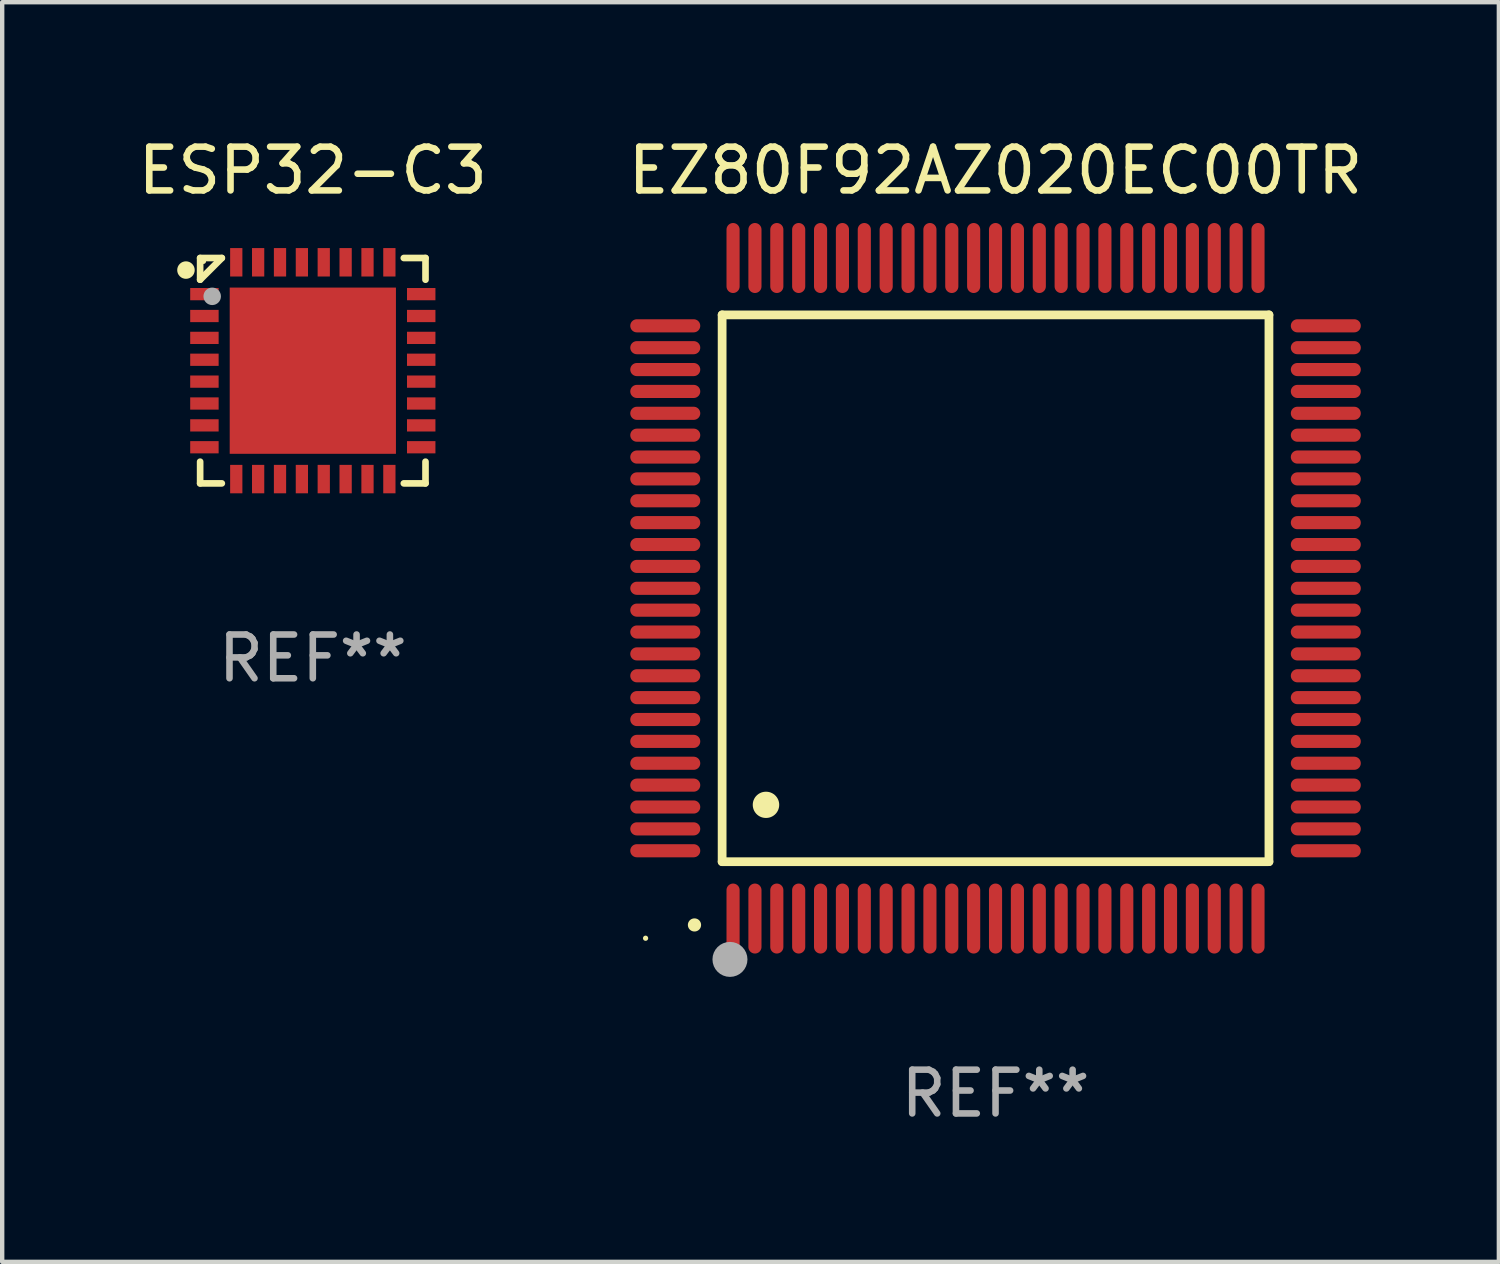
<source format=kicad_pcb>
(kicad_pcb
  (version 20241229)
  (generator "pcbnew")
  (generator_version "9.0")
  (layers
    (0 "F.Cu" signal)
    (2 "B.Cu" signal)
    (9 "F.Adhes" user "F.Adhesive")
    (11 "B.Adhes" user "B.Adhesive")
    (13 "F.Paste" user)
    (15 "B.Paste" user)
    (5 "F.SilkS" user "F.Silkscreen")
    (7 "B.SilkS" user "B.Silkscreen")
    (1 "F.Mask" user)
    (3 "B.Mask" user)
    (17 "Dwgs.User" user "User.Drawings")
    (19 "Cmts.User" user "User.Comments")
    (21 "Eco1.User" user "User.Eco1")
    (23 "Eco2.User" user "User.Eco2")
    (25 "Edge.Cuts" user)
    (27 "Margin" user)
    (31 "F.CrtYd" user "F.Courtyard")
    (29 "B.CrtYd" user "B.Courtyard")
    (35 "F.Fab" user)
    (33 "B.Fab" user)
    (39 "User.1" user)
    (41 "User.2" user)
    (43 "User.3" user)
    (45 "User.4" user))
  (footprint "EZ80F92AZ020EC00TR"
    (layer "F.Cu")
    (at 19.708 10.398)
    (property "Reference" "EZ80F92AZ020EC00TR" (at 0 -9.55 0) (layer "F.SilkS") (effects (font (size 1 1) (thickness 0.15))))
    (attr through_hole)
    (fp_line (start -6.25 -6.25) (end -6.25 6.25) (stroke (width 0.2) (type solid)) (layer "F.SilkS"))
    (fp_line (start -6.25 6.25) (end 6.25 6.25) (stroke (width 0.2) (type solid)) (layer "F.SilkS"))
    (fp_line (start 6.25 -6.25) (end -6.25 -6.25) (stroke (width 0.2) (type solid)) (layer "F.SilkS"))
    (fp_line (start 6.25 6.25) (end 6.25 -6.25) (stroke (width 0.2) (type solid)) (layer "F.SilkS"))
    (fp_arc (start -6.883414 7.696215) (mid -6.882144 7.69621) (end -6.880874 7.696215) (stroke (width 0.3) (type solid)) (layer "F.SilkS"))
    (fp_arc (start -5.250191 4.95047) (mid -5.247651 4.950459) (end -5.245111 4.95047) (stroke (width 0.6) (type solid)) (layer "F.SilkS"))
    (fp_circle (center -8 8) (end -7.97 8) (stroke (width 0.06) (type solid)) (fill no) (layer "F.SilkS"))
    (fp_circle (center -6.071 8.484) (end -5.871 8.484) (stroke (width 0.4) (type solid)) (fill no) (layer "F.Fab"))
    (fp_text user "REF**" (at 0 11.55 0) (layer "F.Fab") (effects (font (size 1 1) (thickness 0.15))))
    (pad "1" smd oval (at -6 7.55) (size 0.3 1.6) (layers "F.Cu" "F.Mask" "F.Paste"))
    (pad "2" smd oval (at -5.5 7.55) (size 0.3 1.6) (layers "F.Cu" "F.Mask" "F.Paste"))
    (pad "3" smd oval (at -5 7.55) (size 0.3 1.6) (layers "F.Cu" "F.Mask" "F.Paste"))
    (pad "4" smd oval (at -4.5 7.55) (size 0.3 1.6) (layers "F.Cu" "F.Mask" "F.Paste"))
    (pad "5" smd oval (at -4 7.55) (size 0.3 1.6) (layers "F.Cu" "F.Mask" "F.Paste"))
    (pad "6" smd oval (at -3.5 7.55) (size 0.3 1.6) (layers "F.Cu" "F.Mask" "F.Paste"))
    (pad "7" smd oval (at -3 7.55) (size 0.3 1.6) (layers "F.Cu" "F.Mask" "F.Paste"))
    (pad "8" smd oval (at -2.5 7.55) (size 0.3 1.6) (layers "F.Cu" "F.Mask" "F.Paste"))
    (pad "9" smd oval (at -2 7.55) (size 0.3 1.6) (layers "F.Cu" "F.Mask" "F.Paste"))
    (pad "10" smd oval (at -1.5 7.55) (size 0.3 1.6) (layers "F.Cu" "F.Mask" "F.Paste"))
    (pad "11" smd oval (at -1 7.55) (size 0.3 1.6) (layers "F.Cu" "F.Mask" "F.Paste"))
    (pad "12" smd oval (at -0.5 7.55) (size 0.3 1.6) (layers "F.Cu" "F.Mask" "F.Paste"))
    (pad "13" smd oval (at 0 7.55) (size 0.3 1.6) (layers "F.Cu" "F.Mask" "F.Paste"))
    (pad "14" smd oval (at 0.5 7.55) (size 0.3 1.6) (layers "F.Cu" "F.Mask" "F.Paste"))
    (pad "15" smd oval (at 1 7.55) (size 0.3 1.6) (layers "F.Cu" "F.Mask" "F.Paste"))
    (pad "16" smd oval (at 1.5 7.55) (size 0.3 1.6) (layers "F.Cu" "F.Mask" "F.Paste"))
    (pad "17" smd oval (at 2 7.55) (size 0.3 1.6) (layers "F.Cu" "F.Mask" "F.Paste"))
    (pad "18" smd oval (at 2.5 7.55) (size 0.3 1.6) (layers "F.Cu" "F.Mask" "F.Paste"))
    (pad "19" smd oval (at 3 7.55) (size 0.3 1.6) (layers "F.Cu" "F.Mask" "F.Paste"))
    (pad "20" smd oval (at 3.5 7.55) (size 0.3 1.6) (layers "F.Cu" "F.Mask" "F.Paste"))
    (pad "21" smd oval (at 4 7.55) (size 0.3 1.6) (layers "F.Cu" "F.Mask" "F.Paste"))
    (pad "22" smd oval (at 4.5 7.55) (size 0.3 1.6) (layers "F.Cu" "F.Mask" "F.Paste"))
    (pad "23" smd oval (at 5 7.55) (size 0.3 1.6) (layers "F.Cu" "F.Mask" "F.Paste"))
    (pad "24" smd oval (at 5.5 7.55) (size 0.3 1.6) (layers "F.Cu" "F.Mask" "F.Paste"))
    (pad "25" smd oval (at 6 7.55) (size 0.3 1.6) (layers "F.Cu" "F.Mask" "F.Paste"))
    (pad "26" smd oval (at 7.55 6) (size 1.6 0.3) (layers "F.Cu" "F.Mask" "F.Paste"))
    (pad "27" smd oval (at 7.55 5.5) (size 1.6 0.3) (layers "F.Cu" "F.Mask" "F.Paste"))
    (pad "28" smd oval (at 7.55 5) (size 1.6 0.3) (layers "F.Cu" "F.Mask" "F.Paste"))
    (pad "29" smd oval (at 7.55 4.5) (size 1.6 0.3) (layers "F.Cu" "F.Mask" "F.Paste"))
    (pad "30" smd oval (at 7.55 4) (size 1.6 0.3) (layers "F.Cu" "F.Mask" "F.Paste"))
    (pad "31" smd oval (at 7.55 3.5) (size 1.6 0.3) (layers "F.Cu" "F.Mask" "F.Paste"))
    (pad "32" smd oval (at 7.55 3) (size 1.6 0.3) (layers "F.Cu" "F.Mask" "F.Paste"))
    (pad "33" smd oval (at 7.55 2.5) (size 1.6 0.3) (layers "F.Cu" "F.Mask" "F.Paste"))
    (pad "34" smd oval (at 7.55 2) (size 1.6 0.3) (layers "F.Cu" "F.Mask" "F.Paste"))
    (pad "35" smd oval (at 7.55 1.5) (size 1.6 0.3) (layers "F.Cu" "F.Mask" "F.Paste"))
    (pad "36" smd oval (at 7.55 1) (size 1.6 0.3) (layers "F.Cu" "F.Mask" "F.Paste"))
    (pad "37" smd oval (at 7.55 0.5) (size 1.6 0.3) (layers "F.Cu" "F.Mask" "F.Paste"))
    (pad "38" smd oval (at 7.55 0) (size 1.6 0.3) (layers "F.Cu" "F.Mask" "F.Paste"))
    (pad "39" smd oval (at 7.55 -0.5) (size 1.6 0.3) (layers "F.Cu" "F.Mask" "F.Paste"))
    (pad "40" smd oval (at 7.55 -1) (size 1.6 0.3) (layers "F.Cu" "F.Mask" "F.Paste"))
    (pad "41" smd oval (at 7.55 -1.5) (size 1.6 0.3) (layers "F.Cu" "F.Mask" "F.Paste"))
    (pad "42" smd oval (at 7.55 -2) (size 1.6 0.3) (layers "F.Cu" "F.Mask" "F.Paste"))
    (pad "43" smd oval (at 7.55 -2.5) (size 1.6 0.3) (layers "F.Cu" "F.Mask" "F.Paste"))
    (pad "44" smd oval (at 7.55 -3) (size 1.6 0.3) (layers "F.Cu" "F.Mask" "F.Paste"))
    (pad "45" smd oval (at 7.55 -3.5) (size 1.6 0.3) (layers "F.Cu" "F.Mask" "F.Paste"))
    (pad "46" smd oval (at 7.55 -4) (size 1.6 0.3) (layers "F.Cu" "F.Mask" "F.Paste"))
    (pad "47" smd oval (at 7.55 -4.5) (size 1.6 0.3) (layers "F.Cu" "F.Mask" "F.Paste"))
    (pad "48" smd oval (at 7.55 -5) (size 1.6 0.3) (layers "F.Cu" "F.Mask" "F.Paste"))
    (pad "49" smd oval (at 7.55 -5.5) (size 1.6 0.3) (layers "F.Cu" "F.Mask" "F.Paste"))
    (pad "50" smd oval (at 7.55 -6) (size 1.6 0.3) (layers "F.Cu" "F.Mask" "F.Paste"))
    (pad "51" smd oval (at 6 -7.55) (size 0.3 1.6) (layers "F.Cu" "F.Mask" "F.Paste"))
    (pad "52" smd oval (at 5.5 -7.55) (size 0.3 1.6) (layers "F.Cu" "F.Mask" "F.Paste"))
    (pad "53" smd oval (at 5 -7.55) (size 0.3 1.6) (layers "F.Cu" "F.Mask" "F.Paste"))
    (pad "54" smd oval (at 4.5 -7.55) (size 0.3 1.6) (layers "F.Cu" "F.Mask" "F.Paste"))
    (pad "55" smd oval (at 4 -7.55) (size 0.3 1.6) (layers "F.Cu" "F.Mask" "F.Paste"))
    (pad "56" smd oval (at 3.5 -7.55) (size 0.3 1.6) (layers "F.Cu" "F.Mask" "F.Paste"))
    (pad "57" smd oval (at 3 -7.55) (size 0.3 1.6) (layers "F.Cu" "F.Mask" "F.Paste"))
    (pad "58" smd oval (at 2.5 -7.55) (size 0.3 1.6) (layers "F.Cu" "F.Mask" "F.Paste"))
    (pad "59" smd oval (at 2 -7.55) (size 0.3 1.6) (layers "F.Cu" "F.Mask" "F.Paste"))
    (pad "60" smd oval (at 1.5 -7.55) (size 0.3 1.6) (layers "F.Cu" "F.Mask" "F.Paste"))
    (pad "61" smd oval (at 1 -7.55) (size 0.3 1.6) (layers "F.Cu" "F.Mask" "F.Paste"))
    (pad "62" smd oval (at 0.5 -7.55) (size 0.3 1.6) (layers "F.Cu" "F.Mask" "F.Paste"))
    (pad "63" smd oval (at 0 -7.55) (size 0.3 1.6) (layers "F.Cu" "F.Mask" "F.Paste"))
    (pad "64" smd oval (at -0.5 -7.55) (size 0.3 1.6) (layers "F.Cu" "F.Mask" "F.Paste"))
    (pad "65" smd oval (at -1 -7.55) (size 0.3 1.6) (layers "F.Cu" "F.Mask" "F.Paste"))
    (pad "66" smd oval (at -1.5 -7.55) (size 0.3 1.6) (layers "F.Cu" "F.Mask" "F.Paste"))
    (pad "67" smd oval (at -2 -7.55) (size 0.3 1.6) (layers "F.Cu" "F.Mask" "F.Paste"))
    (pad "68" smd oval (at -2.5 -7.55) (size 0.3 1.6) (layers "F.Cu" "F.Mask" "F.Paste"))
    (pad "69" smd oval (at -3 -7.55) (size 0.3 1.6) (layers "F.Cu" "F.Mask" "F.Paste"))
    (pad "70" smd oval (at -3.5 -7.55) (size 0.3 1.6) (layers "F.Cu" "F.Mask" "F.Paste"))
    (pad "71" smd oval (at -4 -7.55) (size 0.3 1.6) (layers "F.Cu" "F.Mask" "F.Paste"))
    (pad "72" smd oval (at -4.5 -7.55) (size 0.3 1.6) (layers "F.Cu" "F.Mask" "F.Paste"))
    (pad "73" smd oval (at -5 -7.55) (size 0.3 1.6) (layers "F.Cu" "F.Mask" "F.Paste"))
    (pad "74" smd oval (at -5.5 -7.55) (size 0.3 1.6) (layers "F.Cu" "F.Mask" "F.Paste"))
    (pad "75" smd oval (at -6 -7.55) (size 0.3 1.6) (layers "F.Cu" "F.Mask" "F.Paste"))
    (pad "76" smd oval (at -7.55 -6) (size 1.6 0.3) (layers "F.Cu" "F.Mask" "F.Paste"))
    (pad "77" smd oval (at -7.55 -5.5) (size 1.6 0.3) (layers "F.Cu" "F.Mask" "F.Paste"))
    (pad "78" smd oval (at -7.55 -5) (size 1.6 0.3) (layers "F.Cu" "F.Mask" "F.Paste"))
    (pad "79" smd oval (at -7.55 -4.5) (size 1.6 0.3) (layers "F.Cu" "F.Mask" "F.Paste"))
    (pad "80" smd oval (at -7.55 -4) (size 1.6 0.3) (layers "F.Cu" "F.Mask" "F.Paste"))
    (pad "81" smd oval (at -7.55 -3.5) (size 1.6 0.3) (layers "F.Cu" "F.Mask" "F.Paste"))
    (pad "82" smd oval (at -7.55 -3) (size 1.6 0.3) (layers "F.Cu" "F.Mask" "F.Paste"))
    (pad "83" smd oval (at -7.55 -2.5) (size 1.6 0.3) (layers "F.Cu" "F.Mask" "F.Paste"))
    (pad "84" smd oval (at -7.55 -2) (size 1.6 0.3) (layers "F.Cu" "F.Mask" "F.Paste"))
    (pad "85" smd oval (at -7.55 -1.5) (size 1.6 0.3) (layers "F.Cu" "F.Mask" "F.Paste"))
    (pad "86" smd oval (at -7.55 -1) (size 1.6 0.3) (layers "F.Cu" "F.Mask" "F.Paste"))
    (pad "87" smd oval (at -7.55 -0.5) (size 1.6 0.3) (layers "F.Cu" "F.Mask" "F.Paste"))
    (pad "88" smd oval (at -7.55 0) (size 1.6 0.3) (layers "F.Cu" "F.Mask" "F.Paste"))
    (pad "89" smd oval (at -7.55 0.5) (size 1.6 0.3) (layers "F.Cu" "F.Mask" "F.Paste"))
    (pad "90" smd oval (at -7.55 1) (size 1.6 0.3) (layers "F.Cu" "F.Mask" "F.Paste"))
    (pad "91" smd oval (at -7.55 1.5) (size 1.6 0.3) (layers "F.Cu" "F.Mask" "F.Paste"))
    (pad "92" smd oval (at -7.55 2) (size 1.6 0.3) (layers "F.Cu" "F.Mask" "F.Paste"))
    (pad "93" smd oval (at -7.55 2.5) (size 1.6 0.3) (layers "F.Cu" "F.Mask" "F.Paste"))
    (pad "94" smd oval (at -7.55 3) (size 1.6 0.3) (layers "F.Cu" "F.Mask" "F.Paste"))
    (pad "95" smd oval (at -7.55 3.5) (size 1.6 0.3) (layers "F.Cu" "F.Mask" "F.Paste"))
    (pad "96" smd oval (at -7.55 4) (size 1.6 0.3) (layers "F.Cu" "F.Mask" "F.Paste"))
    (pad "97" smd oval (at -7.55 4.5) (size 1.6 0.3) (layers "F.Cu" "F.Mask" "F.Paste"))
    (pad "98" smd oval (at -7.55 5) (size 1.6 0.3) (layers "F.Cu" "F.Mask" "F.Paste"))
    (pad "99" smd oval (at -7.55 5.5) (size 1.6 0.3) (layers "F.Cu" "F.Mask" "F.Paste"))
    (pad "100" smd oval (at -7.55 6) (size 1.6 0.3) (layers "F.Cu" "F.Mask" "F.Paste")))
  (footprint "ESP32-C3"
    (layer "F.Cu")
    (at 4.101 5.424)
    (property "Reference" "ESP32-C3" (at 0 -4.576 0) (layer "F.SilkS") (effects (font (size 1 1) (thickness 0.15))))
    (attr through_hole)
    (fp_line (start -2.576 -2.576) (end -2.576 -2.08) (stroke (width 0.152) (type solid)) (layer "F.SilkS"))
    (fp_line (start -2.576 2.576) (end -2.576 2.08) (stroke (width 0.152) (type solid)) (layer "F.SilkS"))
    (fp_line (start -2.08 -2.576) (end -2.576 -2.576) (stroke (width 0.152) (type solid)) (layer "F.SilkS"))
    (fp_line (start -2.08 -2.576) (end -2.576 -2.08) (stroke (width 0.152) (type solid)) (layer "F.SilkS"))
    (fp_line (start -2.08 2.576) (end -2.576 2.576) (stroke (width 0.152) (type solid)) (layer "F.SilkS"))
    (fp_line (start 2.08 -2.576) (end 2.576 -2.576) (stroke (width 0.152) (type solid)) (layer "F.SilkS"))
    (fp_line (start 2.08 2.576) (end 2.576 2.576) (stroke (width 0.152) (type solid)) (layer "F.SilkS"))
    (fp_line (start 2.576 -2.576) (end 2.576 -2.08) (stroke (width 0.152) (type solid)) (layer "F.SilkS"))
    (fp_line (start 2.576 2.576) (end 2.576 2.08) (stroke (width 0.152) (type solid)) (layer "F.SilkS"))
    (fp_circle (center -2.9 -2.3) (end -2.8 -2.3) (stroke (width 0.2) (type solid)) (fill no) (layer "F.SilkS"))
    (fp_circle (center -2.5 -2.5) (end -2.47 -2.5) (stroke (width 0.06) (type solid)) (fill no) (layer "F.SilkS"))
    (fp_circle (center -2.3 -1.7) (end -2.2 -1.7) (stroke (width 0.2) (type solid)) (fill no) (layer "F.Fab"))
    (fp_text user "REF**" (at 0 6.576 0) (layer "F.Fab") (effects (font (size 1 1) (thickness 0.15))))
    (pad "1" smd rect (at -2.478 -1.75) (size 0.65 0.28) (layers "F.Cu" "F.Mask" "F.Paste"))
    (pad "2" smd rect (at -2.478 -1.25) (size 0.65 0.28) (layers "F.Cu" "F.Mask" "F.Paste"))
    (pad "3" smd rect (at -2.478 -0.75) (size 0.65 0.28) (layers "F.Cu" "F.Mask" "F.Paste"))
    (pad "4" smd rect (at -2.478 -0.25) (size 0.65 0.28) (layers "F.Cu" "F.Mask" "F.Paste"))
    (pad "5" smd rect (at -2.478 0.25) (size 0.65 0.28) (layers "F.Cu" "F.Mask" "F.Paste"))
    (pad "6" smd rect (at -2.478 0.75) (size 0.65 0.28) (layers "F.Cu" "F.Mask" "F.Paste"))
    (pad "7" smd rect (at -2.478 1.25) (size 0.65 0.28) (layers "F.Cu" "F.Mask" "F.Paste"))
    (pad "8" smd rect (at -2.478 1.75) (size 0.65 0.28) (layers "F.Cu" "F.Mask" "F.Paste"))
    (pad "9" smd rect (at -1.75 2.478) (size 0.28 0.65) (layers "F.Cu" "F.Mask" "F.Paste"))
    (pad "10" smd rect (at -1.25 2.478) (size 0.28 0.65) (layers "F.Cu" "F.Mask" "F.Paste"))
    (pad "11" smd rect (at -0.75 2.478) (size 0.28 0.65) (layers "F.Cu" "F.Mask" "F.Paste"))
    (pad "12" smd rect (at -0.25 2.478) (size 0.28 0.65) (layers "F.Cu" "F.Mask" "F.Paste"))
    (pad "13" smd rect (at 0.25 2.478) (size 0.28 0.65) (layers "F.Cu" "F.Mask" "F.Paste"))
    (pad "14" smd rect (at 0.75 2.478) (size 0.28 0.65) (layers "F.Cu" "F.Mask" "F.Paste"))
    (pad "15" smd rect (at 1.25 2.478) (size 0.28 0.65) (layers "F.Cu" "F.Mask" "F.Paste"))
    (pad "16" smd rect (at 1.75 2.478) (size 0.28 0.65) (layers "F.Cu" "F.Mask" "F.Paste"))
    (pad "17" smd rect (at 2.478 1.75) (size 0.65 0.28) (layers "F.Cu" "F.Mask" "F.Paste"))
    (pad "18" smd rect (at 2.478 1.25) (size 0.65 0.28) (layers "F.Cu" "F.Mask" "F.Paste"))
    (pad "19" smd rect (at 2.478 0.75) (size 0.65 0.28) (layers "F.Cu" "F.Mask" "F.Paste"))
    (pad "20" smd rect (at 2.478 0.25) (size 0.65 0.28) (layers "F.Cu" "F.Mask" "F.Paste"))
    (pad "21" smd rect (at 2.478 -0.25) (size 0.65 0.28) (layers "F.Cu" "F.Mask" "F.Paste"))
    (pad "22" smd rect (at 2.478 -0.75) (size 0.65 0.28) (layers "F.Cu" "F.Mask" "F.Paste"))
    (pad "23" smd rect (at 2.478 -1.25) (size 0.65 0.28) (layers "F.Cu" "F.Mask" "F.Paste"))
    (pad "24" smd rect (at 2.478 -1.75) (size 0.65 0.28) (layers "F.Cu" "F.Mask" "F.Paste"))
    (pad "25" smd rect (at 1.75 -2.478) (size 0.28 0.65) (layers "F.Cu" "F.Mask" "F.Paste"))
    (pad "26" smd rect (at 1.25 -2.478) (size 0.28 0.65) (layers "F.Cu" "F.Mask" "F.Paste"))
    (pad "27" smd rect (at 0.75 -2.478) (size 0.28 0.65) (layers "F.Cu" "F.Mask" "F.Paste"))
    (pad "28" smd rect (at 0.25 -2.478) (size 0.28 0.65) (layers "F.Cu" "F.Mask" "F.Paste"))
    (pad "29" smd rect (at -0.25 -2.478) (size 0.28 0.65) (layers "F.Cu" "F.Mask" "F.Paste"))
    (pad "30" smd rect (at -0.75 -2.478) (size 0.28 0.65) (layers "F.Cu" "F.Mask" "F.Paste"))
    (pad "31" smd rect (at -1.25 -2.478) (size 0.28 0.65) (layers "F.Cu" "F.Mask" "F.Paste"))
    (pad "32" smd rect (at -1.75 -2.478) (size 0.28 0.65) (layers "F.Cu" "F.Mask" "F.Paste"))
    (pad "33" smd rect (at 0 0) (size 3.8 3.8) (layers "F.Cu" "F.Mask" "F.Paste")))
  (gr_rect
    (start -3 -3)
    (end 31.214 25.796)
    (stroke (width 0.1) (type default))
    (fill no)
    (layer "Edge.Cuts")))
</source>
